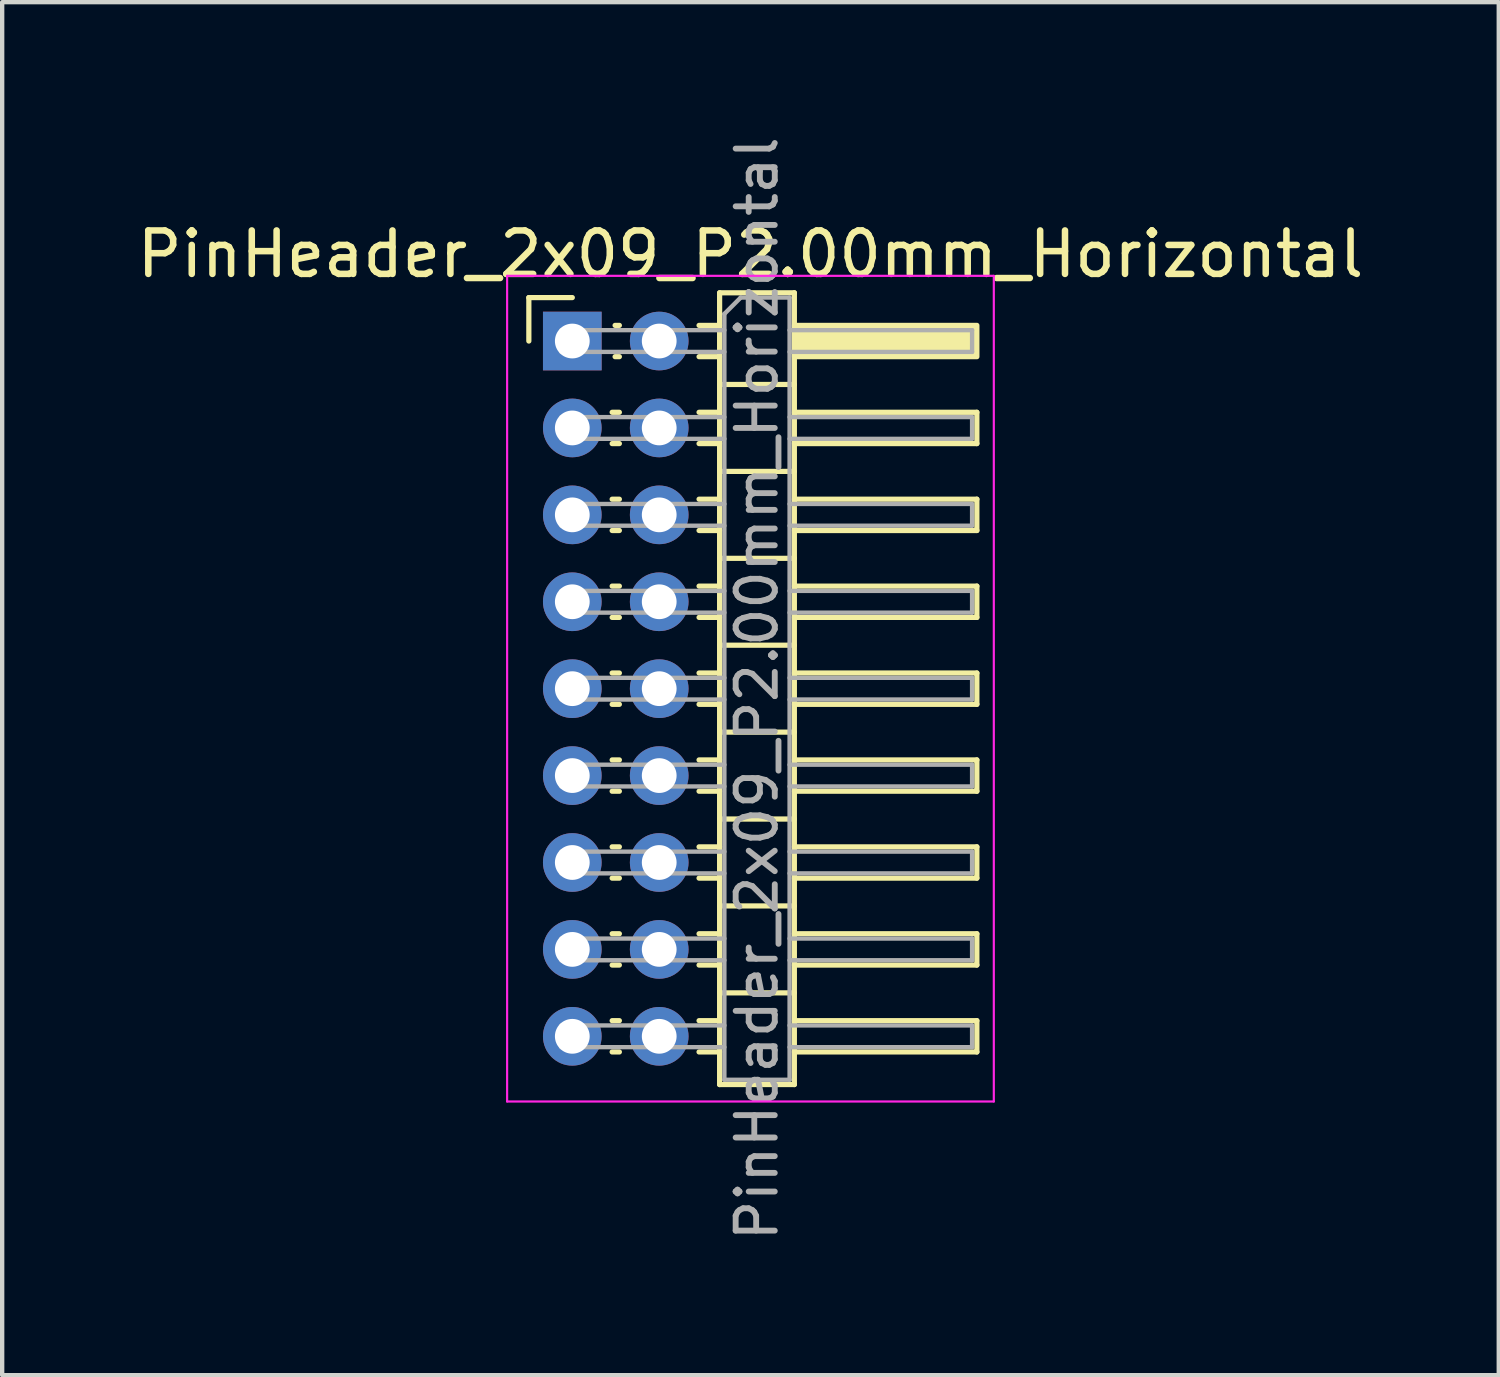
<source format=kicad_pcb>
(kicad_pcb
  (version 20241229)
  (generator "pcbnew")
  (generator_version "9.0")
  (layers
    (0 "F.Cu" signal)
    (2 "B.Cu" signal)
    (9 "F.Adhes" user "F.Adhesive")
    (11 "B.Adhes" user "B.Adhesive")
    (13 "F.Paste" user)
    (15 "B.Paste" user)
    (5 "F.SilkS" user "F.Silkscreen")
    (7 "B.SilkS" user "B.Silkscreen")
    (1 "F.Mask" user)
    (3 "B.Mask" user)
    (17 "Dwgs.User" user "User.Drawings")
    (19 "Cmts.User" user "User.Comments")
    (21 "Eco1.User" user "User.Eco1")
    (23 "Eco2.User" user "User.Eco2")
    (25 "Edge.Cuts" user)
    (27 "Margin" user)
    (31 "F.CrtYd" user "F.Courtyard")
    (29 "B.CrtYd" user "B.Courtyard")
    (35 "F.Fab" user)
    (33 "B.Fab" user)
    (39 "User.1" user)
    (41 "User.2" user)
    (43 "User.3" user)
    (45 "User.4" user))
  (footprint "PinHeader_2x09_P2.00mm_Horizontal"
    (layer "F.Cu")
    (at 10.12 4.798)
    (property "Reference" "PinHeader_2x09_P2.00mm_Horizontal" (at 4.1 -2 0) (layer "F.SilkS") (effects (font (size 1 1) (thickness 0.15))))
    (attr through_hole)
    (fp_line (start -1 -1) (end 0 -1) (stroke (width 0.12) (type solid)) (layer "F.SilkS"))
    (fp_line (start -1 0) (end -1 -1) (stroke (width 0.12) (type solid)) (layer "F.SilkS"))
    (fp_line (start 0.917 1.64) (end 1.083 1.64) (stroke (width 0.12) (type solid)) (layer "F.SilkS"))
    (fp_line (start 0.917 2.36) (end 1.083 2.36) (stroke (width 0.12) (type solid)) (layer "F.SilkS"))
    (fp_line (start 0.917 3.64) (end 1.083 3.64) (stroke (width 0.12) (type solid)) (layer "F.SilkS"))
    (fp_line (start 0.917 4.36) (end 1.083 4.36) (stroke (width 0.12) (type solid)) (layer "F.SilkS"))
    (fp_line (start 0.917 5.64) (end 1.083 5.64) (stroke (width 0.12) (type solid)) (layer "F.SilkS"))
    (fp_line (start 0.917 6.36) (end 1.083 6.36) (stroke (width 0.12) (type solid)) (layer "F.SilkS"))
    (fp_line (start 0.917 7.64) (end 1.083 7.64) (stroke (width 0.12) (type solid)) (layer "F.SilkS"))
    (fp_line (start 0.917 8.36) (end 1.083 8.36) (stroke (width 0.12) (type solid)) (layer "F.SilkS"))
    (fp_line (start 0.917 9.64) (end 1.083 9.64) (stroke (width 0.12) (type solid)) (layer "F.SilkS"))
    (fp_line (start 0.917 10.36) (end 1.083 10.36) (stroke (width 0.12) (type solid)) (layer "F.SilkS"))
    (fp_line (start 0.917 11.64) (end 1.083 11.64) (stroke (width 0.12) (type solid)) (layer "F.SilkS"))
    (fp_line (start 0.917 12.36) (end 1.083 12.36) (stroke (width 0.12) (type solid)) (layer "F.SilkS"))
    (fp_line (start 0.917 13.64) (end 1.083 13.64) (stroke (width 0.12) (type solid)) (layer "F.SilkS"))
    (fp_line (start 0.917 14.36) (end 1.083 14.36) (stroke (width 0.12) (type solid)) (layer "F.SilkS"))
    (fp_line (start 0.917 15.64) (end 1.083 15.64) (stroke (width 0.12) (type solid)) (layer "F.SilkS"))
    (fp_line (start 0.917 16.36) (end 1.083 16.36) (stroke (width 0.12) (type solid)) (layer "F.SilkS"))
    (fp_line (start 0.985 -0.36) (end 1.083 -0.36) (stroke (width 0.12) (type solid)) (layer "F.SilkS"))
    (fp_line (start 0.985 0.36) (end 1.083 0.36) (stroke (width 0.12) (type solid)) (layer "F.SilkS"))
    (fp_line (start 2.917 -0.36) (end 3.39 -0.36) (stroke (width 0.12) (type solid)) (layer "F.SilkS"))
    (fp_line (start 2.917 0.36) (end 3.39 0.36) (stroke (width 0.12) (type solid)) (layer "F.SilkS"))
    (fp_line (start 2.917 1.64) (end 3.39 1.64) (stroke (width 0.12) (type solid)) (layer "F.SilkS"))
    (fp_line (start 2.917 2.36) (end 3.39 2.36) (stroke (width 0.12) (type solid)) (layer "F.SilkS"))
    (fp_line (start 2.917 3.64) (end 3.39 3.64) (stroke (width 0.12) (type solid)) (layer "F.SilkS"))
    (fp_line (start 2.917 4.36) (end 3.39 4.36) (stroke (width 0.12) (type solid)) (layer "F.SilkS"))
    (fp_line (start 2.917 5.64) (end 3.39 5.64) (stroke (width 0.12) (type solid)) (layer "F.SilkS"))
    (fp_line (start 2.917 6.36) (end 3.39 6.36) (stroke (width 0.12) (type solid)) (layer "F.SilkS"))
    (fp_line (start 2.917 7.64) (end 3.39 7.64) (stroke (width 0.12) (type solid)) (layer "F.SilkS"))
    (fp_line (start 2.917 8.36) (end 3.39 8.36) (stroke (width 0.12) (type solid)) (layer "F.SilkS"))
    (fp_line (start 2.917 9.64) (end 3.39 9.64) (stroke (width 0.12) (type solid)) (layer "F.SilkS"))
    (fp_line (start 2.917 10.36) (end 3.39 10.36) (stroke (width 0.12) (type solid)) (layer "F.SilkS"))
    (fp_line (start 2.917 11.64) (end 3.39 11.64) (stroke (width 0.12) (type solid)) (layer "F.SilkS"))
    (fp_line (start 2.917 12.36) (end 3.39 12.36) (stroke (width 0.12) (type solid)) (layer "F.SilkS"))
    (fp_line (start 2.917 13.64) (end 3.39 13.64) (stroke (width 0.12) (type solid)) (layer "F.SilkS"))
    (fp_line (start 2.917 14.36) (end 3.39 14.36) (stroke (width 0.12) (type solid)) (layer "F.SilkS"))
    (fp_line (start 2.917 15.64) (end 3.39 15.64) (stroke (width 0.12) (type solid)) (layer "F.SilkS"))
    (fp_line (start 2.917 16.36) (end 3.39 16.36) (stroke (width 0.12) (type solid)) (layer "F.SilkS"))
    (fp_line (start 3.39 -1.11) (end 3.39 17.11) (stroke (width 0.12) (type solid)) (layer "F.SilkS"))
    (fp_line (start 3.39 1) (end 5.11 1) (stroke (width 0.12) (type solid)) (layer "F.SilkS"))
    (fp_line (start 3.39 3) (end 5.11 3) (stroke (width 0.12) (type solid)) (layer "F.SilkS"))
    (fp_line (start 3.39 5) (end 5.11 5) (stroke (width 0.12) (type solid)) (layer "F.SilkS"))
    (fp_line (start 3.39 7) (end 5.11 7) (stroke (width 0.12) (type solid)) (layer "F.SilkS"))
    (fp_line (start 3.39 9) (end 5.11 9) (stroke (width 0.12) (type solid)) (layer "F.SilkS"))
    (fp_line (start 3.39 11) (end 5.11 11) (stroke (width 0.12) (type solid)) (layer "F.SilkS"))
    (fp_line (start 3.39 13) (end 5.11 13) (stroke (width 0.12) (type solid)) (layer "F.SilkS"))
    (fp_line (start 3.39 15) (end 5.11 15) (stroke (width 0.12) (type solid)) (layer "F.SilkS"))
    (fp_line (start 3.39 17.11) (end 5.11 17.11) (stroke (width 0.12) (type solid)) (layer "F.SilkS"))
    (fp_line (start 5.11 -1.11) (end 3.39 -1.11) (stroke (width 0.12) (type solid)) (layer "F.SilkS"))
    (fp_line (start 5.11 1.64) (end 9.31 1.64) (stroke (width 0.12) (type solid)) (layer "F.SilkS"))
    (fp_line (start 5.11 3.64) (end 9.31 3.64) (stroke (width 0.12) (type solid)) (layer "F.SilkS"))
    (fp_line (start 5.11 5.64) (end 9.31 5.64) (stroke (width 0.12) (type solid)) (layer "F.SilkS"))
    (fp_line (start 5.11 7.64) (end 9.31 7.64) (stroke (width 0.12) (type solid)) (layer "F.SilkS"))
    (fp_line (start 5.11 9.64) (end 9.31 9.64) (stroke (width 0.12) (type solid)) (layer "F.SilkS"))
    (fp_line (start 5.11 11.64) (end 9.31 11.64) (stroke (width 0.12) (type solid)) (layer "F.SilkS"))
    (fp_line (start 5.11 13.64) (end 9.31 13.64) (stroke (width 0.12) (type solid)) (layer "F.SilkS"))
    (fp_line (start 5.11 15.64) (end 9.31 15.64) (stroke (width 0.12) (type solid)) (layer "F.SilkS"))
    (fp_line (start 5.11 17.11) (end 5.11 -1.11) (stroke (width 0.12) (type solid)) (layer "F.SilkS"))
    (fp_line (start 9.31 1.64) (end 9.31 2.36) (stroke (width 0.12) (type solid)) (layer "F.SilkS"))
    (fp_line (start 9.31 2.36) (end 5.11 2.36) (stroke (width 0.12) (type solid)) (layer "F.SilkS"))
    (fp_line (start 9.31 3.64) (end 9.31 4.36) (stroke (width 0.12) (type solid)) (layer "F.SilkS"))
    (fp_line (start 9.31 4.36) (end 5.11 4.36) (stroke (width 0.12) (type solid)) (layer "F.SilkS"))
    (fp_line (start 9.31 5.64) (end 9.31 6.36) (stroke (width 0.12) (type solid)) (layer "F.SilkS"))
    (fp_line (start 9.31 6.36) (end 5.11 6.36) (stroke (width 0.12) (type solid)) (layer "F.SilkS"))
    (fp_line (start 9.31 7.64) (end 9.31 8.36) (stroke (width 0.12) (type solid)) (layer "F.SilkS"))
    (fp_line (start 9.31 8.36) (end 5.11 8.36) (stroke (width 0.12) (type solid)) (layer "F.SilkS"))
    (fp_line (start 9.31 9.64) (end 9.31 10.36) (stroke (width 0.12) (type solid)) (layer "F.SilkS"))
    (fp_line (start 9.31 10.36) (end 5.11 10.36) (stroke (width 0.12) (type solid)) (layer "F.SilkS"))
    (fp_line (start 9.31 11.64) (end 9.31 12.36) (stroke (width 0.12) (type solid)) (layer "F.SilkS"))
    (fp_line (start 9.31 12.36) (end 5.11 12.36) (stroke (width 0.12) (type solid)) (layer "F.SilkS"))
    (fp_line (start 9.31 13.64) (end 9.31 14.36) (stroke (width 0.12) (type solid)) (layer "F.SilkS"))
    (fp_line (start 9.31 14.36) (end 5.11 14.36) (stroke (width 0.12) (type solid)) (layer "F.SilkS"))
    (fp_line (start 9.31 15.64) (end 9.31 16.36) (stroke (width 0.12) (type solid)) (layer "F.SilkS"))
    (fp_line (start 9.31 16.36) (end 5.11 16.36) (stroke (width 0.12) (type solid)) (layer "F.SilkS"))
    (fp_rect (start 5.11 -0.36) (end 9.31 0.36) (stroke (width 0.12) (type solid)) (fill yes) (layer "F.SilkS"))
    (fp_line (start -1.5 -1.5) (end -1.5 17.5) (stroke (width 0.05) (type solid)) (layer "F.CrtYd"))
    (fp_line (start -1.5 17.5) (end 9.7 17.5) (stroke (width 0.05) (type solid)) (layer "F.CrtYd"))
    (fp_line (start 9.7 -1.5) (end -1.5 -1.5) (stroke (width 0.05) (type solid)) (layer "F.CrtYd"))
    (fp_line (start 9.7 17.5) (end 9.7 -1.5) (stroke (width 0.05) (type solid)) (layer "F.CrtYd"))
    (fp_line (start -0.25 -0.25) (end -0.25 0.25) (stroke (width 0.1) (type solid)) (layer "F.Fab"))
    (fp_line (start -0.25 -0.25) (end 3.5 -0.25) (stroke (width 0.1) (type solid)) (layer "F.Fab"))
    (fp_line (start -0.25 0.25) (end 3.5 0.25) (stroke (width 0.1) (type solid)) (layer "F.Fab"))
    (fp_line (start -0.25 1.75) (end -0.25 2.25) (stroke (width 0.1) (type solid)) (layer "F.Fab"))
    (fp_line (start -0.25 1.75) (end 3.5 1.75) (stroke (width 0.1) (type solid)) (layer "F.Fab"))
    (fp_line (start -0.25 2.25) (end 3.5 2.25) (stroke (width 0.1) (type solid)) (layer "F.Fab"))
    (fp_line (start -0.25 3.75) (end -0.25 4.25) (stroke (width 0.1) (type solid)) (layer "F.Fab"))
    (fp_line (start -0.25 3.75) (end 3.5 3.75) (stroke (width 0.1) (type solid)) (layer "F.Fab"))
    (fp_line (start -0.25 4.25) (end 3.5 4.25) (stroke (width 0.1) (type solid)) (layer "F.Fab"))
    (fp_line (start -0.25 5.75) (end -0.25 6.25) (stroke (width 0.1) (type solid)) (layer "F.Fab"))
    (fp_line (start -0.25 5.75) (end 3.5 5.75) (stroke (width 0.1) (type solid)) (layer "F.Fab"))
    (fp_line (start -0.25 6.25) (end 3.5 6.25) (stroke (width 0.1) (type solid)) (layer "F.Fab"))
    (fp_line (start -0.25 7.75) (end -0.25 8.25) (stroke (width 0.1) (type solid)) (layer "F.Fab"))
    (fp_line (start -0.25 7.75) (end 3.5 7.75) (stroke (width 0.1) (type solid)) (layer "F.Fab"))
    (fp_line (start -0.25 8.25) (end 3.5 8.25) (stroke (width 0.1) (type solid)) (layer "F.Fab"))
    (fp_line (start -0.25 9.75) (end -0.25 10.25) (stroke (width 0.1) (type solid)) (layer "F.Fab"))
    (fp_line (start -0.25 9.75) (end 3.5 9.75) (stroke (width 0.1) (type solid)) (layer "F.Fab"))
    (fp_line (start -0.25 10.25) (end 3.5 10.25) (stroke (width 0.1) (type solid)) (layer "F.Fab"))
    (fp_line (start -0.25 11.75) (end -0.25 12.25) (stroke (width 0.1) (type solid)) (layer "F.Fab"))
    (fp_line (start -0.25 11.75) (end 3.5 11.75) (stroke (width 0.1) (type solid)) (layer "F.Fab"))
    (fp_line (start -0.25 12.25) (end 3.5 12.25) (stroke (width 0.1) (type solid)) (layer "F.Fab"))
    (fp_line (start -0.25 13.75) (end -0.25 14.25) (stroke (width 0.1) (type solid)) (layer "F.Fab"))
    (fp_line (start -0.25 13.75) (end 3.5 13.75) (stroke (width 0.1) (type solid)) (layer "F.Fab"))
    (fp_line (start -0.25 14.25) (end 3.5 14.25) (stroke (width 0.1) (type solid)) (layer "F.Fab"))
    (fp_line (start -0.25 15.75) (end -0.25 16.25) (stroke (width 0.1) (type solid)) (layer "F.Fab"))
    (fp_line (start -0.25 15.75) (end 3.5 15.75) (stroke (width 0.1) (type solid)) (layer "F.Fab"))
    (fp_line (start -0.25 16.25) (end 3.5 16.25) (stroke (width 0.1) (type solid)) (layer "F.Fab"))
    (fp_line (start 3.5 -0.625) (end 3.875 -1) (stroke (width 0.1) (type solid)) (layer "F.Fab"))
    (fp_line (start 3.5 17) (end 3.5 -0.625) (stroke (width 0.1) (type solid)) (layer "F.Fab"))
    (fp_line (start 3.875 -1) (end 5 -1) (stroke (width 0.1) (type solid)) (layer "F.Fab"))
    (fp_line (start 5 -1) (end 5 17) (stroke (width 0.1) (type solid)) (layer "F.Fab"))
    (fp_line (start 5 -0.25) (end 9.2 -0.25) (stroke (width 0.1) (type solid)) (layer "F.Fab"))
    (fp_line (start 5 0.25) (end 9.2 0.25) (stroke (width 0.1) (type solid)) (layer "F.Fab"))
    (fp_line (start 5 1.75) (end 9.2 1.75) (stroke (width 0.1) (type solid)) (layer "F.Fab"))
    (fp_line (start 5 2.25) (end 9.2 2.25) (stroke (width 0.1) (type solid)) (layer "F.Fab"))
    (fp_line (start 5 3.75) (end 9.2 3.75) (stroke (width 0.1) (type solid)) (layer "F.Fab"))
    (fp_line (start 5 4.25) (end 9.2 4.25) (stroke (width 0.1) (type solid)) (layer "F.Fab"))
    (fp_line (start 5 5.75) (end 9.2 5.75) (stroke (width 0.1) (type solid)) (layer "F.Fab"))
    (fp_line (start 5 6.25) (end 9.2 6.25) (stroke (width 0.1) (type solid)) (layer "F.Fab"))
    (fp_line (start 5 7.75) (end 9.2 7.75) (stroke (width 0.1) (type solid)) (layer "F.Fab"))
    (fp_line (start 5 8.25) (end 9.2 8.25) (stroke (width 0.1) (type solid)) (layer "F.Fab"))
    (fp_line (start 5 9.75) (end 9.2 9.75) (stroke (width 0.1) (type solid)) (layer "F.Fab"))
    (fp_line (start 5 10.25) (end 9.2 10.25) (stroke (width 0.1) (type solid)) (layer "F.Fab"))
    (fp_line (start 5 11.75) (end 9.2 11.75) (stroke (width 0.1) (type solid)) (layer "F.Fab"))
    (fp_line (start 5 12.25) (end 9.2 12.25) (stroke (width 0.1) (type solid)) (layer "F.Fab"))
    (fp_line (start 5 13.75) (end 9.2 13.75) (stroke (width 0.1) (type solid)) (layer "F.Fab"))
    (fp_line (start 5 14.25) (end 9.2 14.25) (stroke (width 0.1) (type solid)) (layer "F.Fab"))
    (fp_line (start 5 15.75) (end 9.2 15.75) (stroke (width 0.1) (type solid)) (layer "F.Fab"))
    (fp_line (start 5 16.25) (end 9.2 16.25) (stroke (width 0.1) (type solid)) (layer "F.Fab"))
    (fp_line (start 5 17) (end 3.5 17) (stroke (width 0.1) (type solid)) (layer "F.Fab"))
    (fp_line (start 9.2 -0.25) (end 9.2 0.25) (stroke (width 0.1) (type solid)) (layer "F.Fab"))
    (fp_line (start 9.2 1.75) (end 9.2 2.25) (stroke (width 0.1) (type solid)) (layer "F.Fab"))
    (fp_line (start 9.2 3.75) (end 9.2 4.25) (stroke (width 0.1) (type solid)) (layer "F.Fab"))
    (fp_line (start 9.2 5.75) (end 9.2 6.25) (stroke (width 0.1) (type solid)) (layer "F.Fab"))
    (fp_line (start 9.2 7.75) (end 9.2 8.25) (stroke (width 0.1) (type solid)) (layer "F.Fab"))
    (fp_line (start 9.2 9.75) (end 9.2 10.25) (stroke (width 0.1) (type solid)) (layer "F.Fab"))
    (fp_line (start 9.2 11.75) (end 9.2 12.25) (stroke (width 0.1) (type solid)) (layer "F.Fab"))
    (fp_line (start 9.2 13.75) (end 9.2 14.25) (stroke (width 0.1) (type solid)) (layer "F.Fab"))
    (fp_line (start 9.2 15.75) (end 9.2 16.25) (stroke (width 0.1) (type solid)) (layer "F.Fab"))
    (fp_text user "${REFERENCE}" (at 4.25 8 90) (layer "F.Fab") (effects (font (size 0.9 0.9) (thickness 0.135))))
    (pad "1" thru_hole rect (at 0 0) (size 1.35 1.35) (drill 0.8) (layers "*.Cu" "*.Mask"))
    (pad "2" thru_hole circle (at 2 0) (size 1.35 1.35) (drill 0.8) (layers "*.Cu" "*.Mask"))
    (pad "3" thru_hole circle (at 0 2) (size 1.35 1.35) (drill 0.8) (layers "*.Cu" "*.Mask"))
    (pad "4" thru_hole circle (at 2 2) (size 1.35 1.35) (drill 0.8) (layers "*.Cu" "*.Mask"))
    (pad "5" thru_hole circle (at 0 4) (size 1.35 1.35) (drill 0.8) (layers "*.Cu" "*.Mask"))
    (pad "6" thru_hole circle (at 2 4) (size 1.35 1.35) (drill 0.8) (layers "*.Cu" "*.Mask"))
    (pad "7" thru_hole circle (at 0 6) (size 1.35 1.35) (drill 0.8) (layers "*.Cu" "*.Mask"))
    (pad "8" thru_hole circle (at 2 6) (size 1.35 1.35) (drill 0.8) (layers "*.Cu" "*.Mask"))
    (pad "9" thru_hole circle (at 0 8) (size 1.35 1.35) (drill 0.8) (layers "*.Cu" "*.Mask"))
    (pad "10" thru_hole circle (at 2 8) (size 1.35 1.35) (drill 0.8) (layers "*.Cu" "*.Mask"))
    (pad "11" thru_hole circle (at 0 10) (size 1.35 1.35) (drill 0.8) (layers "*.Cu" "*.Mask"))
    (pad "12" thru_hole circle (at 2 10) (size 1.35 1.35) (drill 0.8) (layers "*.Cu" "*.Mask"))
    (pad "13" thru_hole circle (at 0 12) (size 1.35 1.35) (drill 0.8) (layers "*.Cu" "*.Mask"))
    (pad "14" thru_hole circle (at 2 12) (size 1.35 1.35) (drill 0.8) (layers "*.Cu" "*.Mask"))
    (pad "15" thru_hole circle (at 0 14) (size 1.35 1.35) (drill 0.8) (layers "*.Cu" "*.Mask"))
    (pad "16" thru_hole circle (at 2 14) (size 1.35 1.35) (drill 0.8) (layers "*.Cu" "*.Mask"))
    (pad "17" thru_hole circle (at 0 16) (size 1.35 1.35) (drill 0.8) (layers "*.Cu" "*.Mask"))
    (pad "18" thru_hole circle (at 2 16) (size 1.35 1.35) (drill 0.8) (layers "*.Cu" "*.Mask")))
  (gr_rect
    (start -3 -3)
    (end 31.44 28.596)
    (stroke (width 0.1) (type default))
    (fill no)
    (layer "Edge.Cuts")))
</source>
